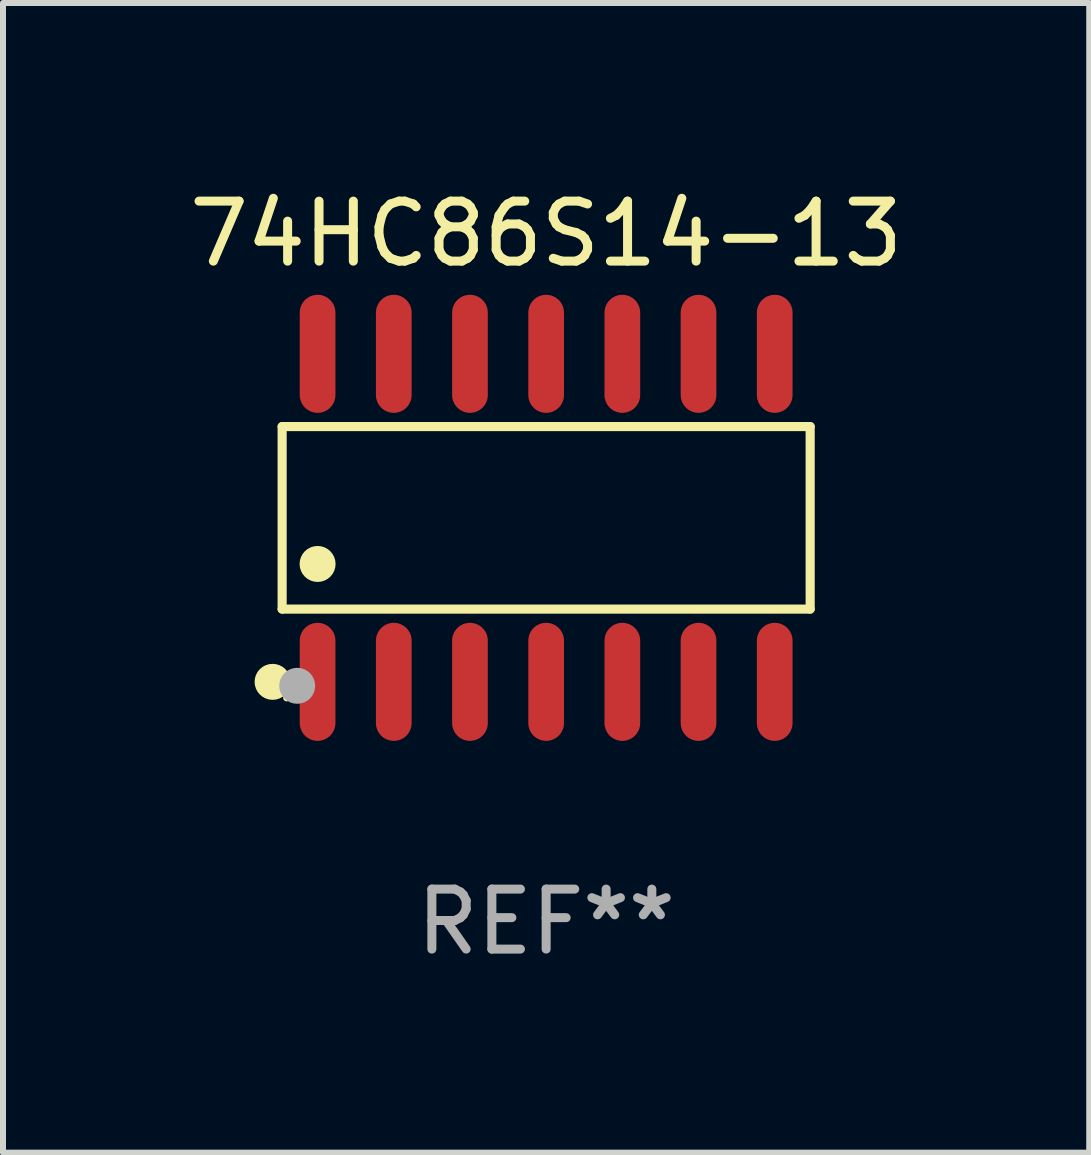
<source format=kicad_pcb>
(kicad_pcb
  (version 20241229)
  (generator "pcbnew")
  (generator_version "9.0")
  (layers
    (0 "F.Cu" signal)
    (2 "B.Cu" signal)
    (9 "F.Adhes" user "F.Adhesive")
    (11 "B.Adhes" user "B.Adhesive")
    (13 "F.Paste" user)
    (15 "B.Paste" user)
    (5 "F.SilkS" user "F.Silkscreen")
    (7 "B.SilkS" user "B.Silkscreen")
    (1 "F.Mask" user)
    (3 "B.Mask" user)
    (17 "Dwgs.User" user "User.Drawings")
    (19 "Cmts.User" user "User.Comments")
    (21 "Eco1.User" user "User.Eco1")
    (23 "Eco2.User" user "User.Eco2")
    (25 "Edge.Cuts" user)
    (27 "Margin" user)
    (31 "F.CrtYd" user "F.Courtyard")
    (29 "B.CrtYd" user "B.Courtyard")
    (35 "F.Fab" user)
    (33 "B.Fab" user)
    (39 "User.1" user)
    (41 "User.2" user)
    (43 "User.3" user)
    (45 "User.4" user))
  (footprint "74HC86S14-13"
    (layer "F.Cu")
    (at 6.054 5.582)
    (property "Reference" "74HC86S14-13" (at 0 -4.734 0) (layer "F.SilkS") (effects (font (size 1 1) (thickness 0.15))))
    (attr through_hole)
    (fp_line (start -4.401 -1.521) (end 4.401 -1.521) (stroke (width 0.152) (type solid)) (layer "F.SilkS"))
    (fp_line (start -4.401 1.521) (end -4.401 -1.521) (stroke (width 0.152) (type solid)) (layer "F.SilkS"))
    (fp_line (start 4.401 -1.521) (end 4.401 1.521) (stroke (width 0.152) (type solid)) (layer "F.SilkS"))
    (fp_line (start 4.401 1.521) (end -4.401 1.521) (stroke (width 0.152) (type solid)) (layer "F.SilkS"))
    (fp_circle (center -4.56 2.734) (end -4.41 2.734) (stroke (width 0.3) (type solid)) (fill no) (layer "F.SilkS"))
    (fp_circle (center -4.325 3) (end -4.295 3) (stroke (width 0.06) (type solid)) (fill no) (layer "F.SilkS"))
    (fp_circle (center -3.81 0.769) (end -3.66 0.769) (stroke (width 0.3) (type solid)) (fill no) (layer "F.SilkS"))
    (fp_circle (center -4.15 2.8) (end -4 2.8) (stroke (width 0.3) (type solid)) (fill no) (layer "F.Fab"))
    (fp_text user "REF**" (at 0 6.734 0) (layer "F.Fab") (effects (font (size 1 1) (thickness 0.15))))
    (pad "1" smd oval (at -3.81 2.734) (size 0.595 1.968) (layers "F.Cu" "F.Mask" "F.Paste"))
    (pad "2" smd oval (at -2.54 2.734) (size 0.595 1.968) (layers "F.Cu" "F.Mask" "F.Paste"))
    (pad "3" smd oval (at -1.27 2.734) (size 0.595 1.968) (layers "F.Cu" "F.Mask" "F.Paste"))
    (pad "4" smd oval (at 0 2.734) (size 0.595 1.968) (layers "F.Cu" "F.Mask" "F.Paste"))
    (pad "5" smd oval (at 1.27 2.734) (size 0.595 1.968) (layers "F.Cu" "F.Mask" "F.Paste"))
    (pad "6" smd oval (at 2.54 2.734) (size 0.595 1.968) (layers "F.Cu" "F.Mask" "F.Paste"))
    (pad "7" smd oval (at 3.81 2.734) (size 0.595 1.968) (layers "F.Cu" "F.Mask" "F.Paste"))
    (pad "8" smd oval (at 3.81 -2.734) (size 0.595 1.968) (layers "F.Cu" "F.Mask" "F.Paste"))
    (pad "9" smd oval (at 2.54 -2.734) (size 0.595 1.968) (layers "F.Cu" "F.Mask" "F.Paste"))
    (pad "10" smd oval (at 1.27 -2.734) (size 0.595 1.968) (layers "F.Cu" "F.Mask" "F.Paste"))
    (pad "11" smd oval (at 0 -2.734) (size 0.595 1.968) (layers "F.Cu" "F.Mask" "F.Paste"))
    (pad "12" smd oval (at -1.27 -2.734) (size 0.595 1.968) (layers "F.Cu" "F.Mask" "F.Paste"))
    (pad "13" smd oval (at -2.54 -2.734) (size 0.595 1.968) (layers "F.Cu" "F.Mask" "F.Paste"))
    (pad "14" smd oval (at -3.81 -2.734) (size 0.595 1.968) (layers "F.Cu" "F.Mask" "F.Paste")))
  (gr_rect
    (start -3 -3)
    (end 15.107 16.164)
    (stroke (width 0.1) (type default))
    (fill no)
    (layer "Edge.Cuts")))
</source>
